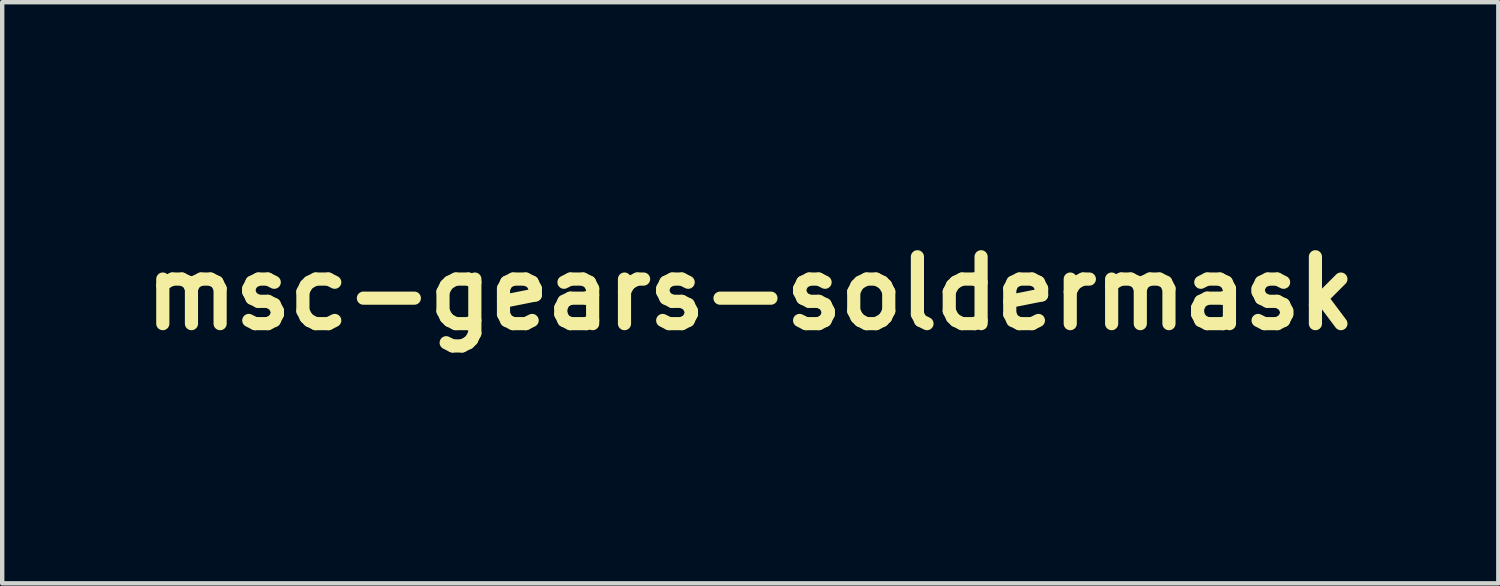
<source format=kicad_pcb>
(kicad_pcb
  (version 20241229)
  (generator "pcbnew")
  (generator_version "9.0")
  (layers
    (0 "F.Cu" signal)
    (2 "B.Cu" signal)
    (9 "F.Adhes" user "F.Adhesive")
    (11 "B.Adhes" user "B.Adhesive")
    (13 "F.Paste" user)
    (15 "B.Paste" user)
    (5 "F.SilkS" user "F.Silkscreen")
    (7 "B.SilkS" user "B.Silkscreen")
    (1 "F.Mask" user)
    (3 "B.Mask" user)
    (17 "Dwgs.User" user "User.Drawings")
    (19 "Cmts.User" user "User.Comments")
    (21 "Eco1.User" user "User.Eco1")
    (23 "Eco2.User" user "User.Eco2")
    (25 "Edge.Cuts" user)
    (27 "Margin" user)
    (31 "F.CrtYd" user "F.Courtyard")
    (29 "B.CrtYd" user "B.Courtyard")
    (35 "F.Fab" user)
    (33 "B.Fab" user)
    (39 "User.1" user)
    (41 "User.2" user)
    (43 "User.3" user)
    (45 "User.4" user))
  (footprint "msc-gears-soldermask"
    (layer "F.Cu")
    (at 14.05 3.637)
    (property "Reference" "msc-gears-soldermask" (at 0 0 0) (layer "F.SilkS") (effects (font (size 1.524 1.524) (thickness 0.3))))
    (attr board_only exclude_from_pos_files exclude_from_bom)
    (fp_poly (pts (xy 2.101 -3.538) (xy 2.147 -3.485) (xy 2.182 -3.456) (xy 2.221 -3.443) (xy 2.277 -3.44) (xy 2.306 -3.44) (xy 2.377 -3.442) (xy 2.424 -3.452) (xy 2.463 -3.476) (xy 2.505 -3.515) (xy 2.582 -3.59) (xy 2.731 -3.513) (xy 2.802 -3.473) (xy 2.86 -3.436) (xy 2.894 -3.409) (xy 2.898 -3.403) (xy 2.905 -3.365) (xy 2.905 -3.305) (xy 2.901 -3.262) (xy 2.894 -3.197) (xy 2.899 -3.154) (xy 2.92 -3.118) (xy 2.945 -3.087) (xy 2.985 -3.047) (xy 3.024 -3.027) (xy 3.079 -3.02) (xy 3.109 -3.02) (xy 3.173 -3.016) (xy 3.22 -3.002) (xy 3.255 -2.969) (xy 3.286 -2.912) (xy 3.317 -2.824) (xy 3.326 -2.795) (xy 3.375 -2.641) (xy 3.303 -2.588) (xy 3.238 -2.536) (xy 3.201 -2.491) (xy 3.184 -2.44) (xy 3.18 -2.37) (xy 3.18 -2.364) (xy 3.184 -2.294) (xy 3.2 -2.243) (xy 3.236 -2.191) (xy 3.25 -2.175) (xy 3.289 -2.125) (xy 3.315 -2.087) (xy 3.32 -2.073) (xy 3.311 -2.047) (xy 3.287 -1.997) (xy 3.253 -1.933) (xy 3.249 -1.927) (xy 3.178 -1.801) (xy 3.064 -1.813) (xy 2.997 -1.818) (xy 2.952 -1.813) (xy 2.912 -1.791) (xy 2.86 -1.75) (xy 2.809 -1.705) (xy 2.781 -1.667) (xy 2.767 -1.62) (xy 2.76 -1.554) (xy 2.75 -1.433) (xy 2.6 -1.387) (xy 2.529 -1.365) (xy 2.476 -1.349) (xy 2.45 -1.341) (xy 2.449 -1.34) (xy 2.437 -1.354) (xy 2.407 -1.39) (xy 2.389 -1.413) (xy 2.351 -1.461) (xy 2.324 -1.496) (xy 2.318 -1.505) (xy 2.292 -1.516) (xy 2.239 -1.527) (xy 2.178 -1.534) (xy 2.107 -1.538) (xy 2.063 -1.535) (xy 2.03 -1.518) (xy 1.994 -1.485) (xy 1.981 -1.472) (xy 1.936 -1.43) (xy 1.898 -1.404) (xy 1.885 -1.4) (xy 1.846 -1.41) (xy 1.785 -1.437) (xy 1.715 -1.475) (xy 1.648 -1.517) (xy 1.623 -1.535) (xy 1.585 -1.565) (xy 1.567 -1.592) (xy 1.562 -1.629) (xy 1.567 -1.691) (xy 1.569 -1.703) (xy 1.575 -1.771) (xy 1.57 -1.817) (xy 1.552 -1.855) (xy 1.526 -1.89) (xy 1.491 -1.93) (xy 1.457 -1.951) (xy 1.411 -1.959) (xy 1.355 -1.96) (xy 1.295 -1.962) (xy 1.251 -1.973) (xy 1.219 -1.999) (xy 1.191 -2.046) (xy 1.162 -2.121) (xy 1.139 -2.189) (xy 1.094 -2.328) (xy 1.172 -2.394) (xy 1.219 -2.431) (xy 1.253 -2.455) (xy 1.262 -2.46) (xy 1.264 -2.464) (xy 1.678 -2.464) (xy 1.683 -2.368) (xy 1.698 -2.284) (xy 1.71 -2.247) (xy 1.776 -2.138) (xy 1.871 -2.046) (xy 1.987 -1.978) (xy 2.04 -1.959) (xy 2.122 -1.945) (xy 2.224 -1.943) (xy 2.327 -1.953) (xy 2.405 -1.972) (xy 2.515 -2.027) (xy 2.617 -2.112) (xy 2.701 -2.218) (xy 2.733 -2.274) (xy 2.776 -2.401) (xy 2.788 -2.534) (xy 2.772 -2.665) (xy 2.727 -2.785) (xy 2.656 -2.883) (xy 2.646 -2.893) (xy 2.532 -2.974) (xy 2.401 -3.023) (xy 2.263 -3.04) (xy 2.123 -3.025) (xy 1.99 -2.977) (xy 1.872 -2.898) (xy 1.771 -2.785) (xy 1.707 -2.656) (xy 1.679 -2.51) (xy 1.678 -2.464) (xy 1.264 -2.464) (xy 1.27 -2.478) (xy 1.28 -2.525) (xy 1.287 -2.582) (xy 1.293 -2.649) (xy 1.289 -2.694) (xy 1.271 -2.733) (xy 1.234 -2.782) (xy 1.218 -2.8) (xy 1.137 -2.896) (xy 1.214 -3.038) (xy 1.251 -3.107) (xy 1.281 -3.149) (xy 1.313 -3.169) (xy 1.357 -3.17) (xy 1.425 -3.159) (xy 1.471 -3.149) (xy 1.515 -3.159) (xy 1.579 -3.201) (xy 1.616 -3.232) (xy 1.671 -3.282) (xy 1.702 -3.319) (xy 1.716 -3.355) (xy 1.72 -3.405) (xy 1.72 -3.43) (xy 1.72 -3.536) (xy 1.869 -3.587) (xy 2.019 -3.637)) (stroke (width 0) (type solid)) (fill yes) (layer "F.Mask"))
    (fp_poly (pts (xy 1.017 0.468) (xy 1.044 0.487) (xy 1.079 0.53) (xy 1.119 0.589) (xy 1.169 0.658) (xy 1.214 0.708) (xy 1.247 0.73) (xy 1.248 0.73) (xy 1.289 0.738) (xy 1.355 0.75) (xy 1.416 0.761) (xy 1.542 0.782) (xy 1.791 0.584) (xy 1.974 0.697) (xy 2.069 0.757) (xy 2.132 0.807) (xy 2.169 0.854) (xy 2.184 0.906) (xy 2.181 0.97) (xy 2.165 1.048) (xy 2.135 1.183) (xy 2.209 1.29) (xy 2.253 1.35) (xy 2.288 1.384) (xy 2.326 1.401) (xy 2.377 1.41) (xy 2.466 1.421) (xy 2.53 1.43) (xy 2.574 1.446) (xy 2.605 1.472) (xy 2.627 1.515) (xy 2.647 1.581) (xy 2.669 1.677) (xy 2.685 1.744) (xy 2.735 1.958) (xy 2.47 2.13) (xy 2.444 2.277) (xy 2.418 2.425) (xy 2.498 2.52) (xy 2.551 2.586) (xy 2.582 2.641) (xy 2.59 2.691) (xy 2.576 2.748) (xy 2.539 2.821) (xy 2.491 2.898) (xy 2.379 3.076) (xy 2.264 3.049) (xy 2.172 3.029) (xy 2.103 3.025) (xy 2.044 3.039) (xy 1.981 3.074) (xy 1.917 3.119) (xy 1.785 3.217) (xy 1.771 3.369) (xy 1.763 3.446) (xy 1.754 3.492) (xy 1.74 3.517) (xy 1.718 3.528) (xy 1.703 3.532) (xy 1.655 3.543) (xy 1.585 3.56) (xy 1.53 3.572) (xy 1.46 3.589) (xy 1.402 3.603) (xy 1.374 3.609) (xy 1.347 3.603) (xy 1.314 3.57) (xy 1.268 3.508) (xy 1.251 3.482) (xy 1.165 3.348) (xy 1.001 3.323) (xy 0.927 3.312) (xy 0.873 3.308) (xy 0.829 3.314) (xy 0.786 3.333) (xy 0.732 3.37) (xy 0.659 3.426) (xy 0.637 3.443) (xy 0.613 3.461) (xy 0.59 3.471) (xy 0.564 3.468) (xy 0.526 3.452) (xy 0.471 3.42) (xy 0.391 3.37) (xy 0.354 3.346) (xy 0.27 3.288) (xy 0.218 3.236) (xy 0.194 3.181) (xy 0.192 3.113) (xy 0.208 3.022) (xy 0.238 2.89) (xy 0.165 2.785) (xy 0.127 2.732) (xy 0.093 2.697) (xy 0.054 2.676) (xy -0.003 2.662) (xy -0.086 2.652) (xy -0.106 2.649) (xy -0.174 2.64) (xy -0.212 2.626) (xy -0.234 2.603) (xy -0.243 2.583) (xy -0.256 2.544) (xy -0.273 2.481) (xy -0.293 2.404) (xy -0.314 2.32) (xy -0.332 2.24) (xy -0.347 2.172) (xy -0.355 2.127) (xy -0.356 2.117) (xy 0.352 2.117) (xy 0.38 2.281) (xy 0.445 2.431) (xy 0.549 2.568) (xy 0.559 2.579) (xy 0.696 2.693) (xy 0.852 2.774) (xy 1.021 2.822) (xy 1.195 2.835) (xy 1.369 2.81) (xy 1.369 2.809) (xy 1.536 2.747) (xy 1.682 2.657) (xy 1.805 2.542) (xy 1.902 2.407) (xy 1.971 2.259) (xy 2.009 2.1) (xy 2.014 1.936) (xy 1.983 1.772) (xy 1.948 1.68) (xy 1.873 1.556) (xy 1.767 1.442) (xy 1.637 1.344) (xy 1.545 1.294) (xy 1.48 1.265) (xy 1.427 1.246) (xy 1.371 1.236) (xy 1.302 1.231) (xy 1.205 1.23) (xy 1.2 1.23) (xy 1.102 1.231) (xy 1.032 1.235) (xy 0.976 1.245) (xy 0.922 1.264) (xy 0.858 1.292) (xy 0.855 1.294) (xy 0.694 1.391) (xy 0.56 1.515) (xy 0.457 1.662) (xy 0.387 1.828) (xy 0.361 1.941) (xy 0.352 2.117) (xy -0.356 2.117) (xy -0.356 2.111) (xy -0.256 2.049) (xy -0.185 2.002) (xy -0.137 1.964) (xy -0.106 1.928) (xy -0.089 1.889) (xy -0.078 1.839) (xy -0.07 1.772) (xy -0.068 1.755) (xy -0.062 1.688) (xy -0.067 1.643) (xy -0.088 1.602) (xy -0.115 1.566) (xy -0.159 1.506) (xy -0.197 1.446) (xy -0.206 1.429) (xy -0.219 1.4) (xy -0.223 1.375) (xy -0.216 1.345) (xy -0.194 1.301) (xy -0.156 1.237) (xy -0.126 1.189) (xy -0.08 1.115) (xy -0.042 1.054) (xy -0.017 1.015) (xy -0.009 1.003) (xy 0.012 1.004) (xy 0.062 1.012) (xy 0.131 1.026) (xy 0.149 1.03) (xy 0.301 1.064) (xy 0.405 0.991) (xy 0.467 0.949) (xy 0.519 0.911) (xy 0.545 0.892) (xy 0.57 0.854) (xy 0.589 0.782) (xy 0.599 0.72) (xy 0.61 0.647) (xy 0.622 0.59) (xy 0.633 0.561) (xy 0.633 0.56) (xy 0.66 0.549) (xy 0.715 0.533) (xy 0.787 0.515) (xy 0.8 0.512) (xy 0.878 0.495) (xy 0.946 0.479) (xy 0.989 0.469) (xy 0.992 0.468)) (stroke (width 0) (type solid)) (fill yes) (layer "F.Mask"))
    (fp_poly (pts (xy -1.116 -3.447) (xy -1.084 -3.371) (xy -1.055 -3.298) (xy -1.041 -3.257) (xy -1.027 -3.218) (xy -1.008 -3.194) (xy -0.973 -3.179) (xy -0.914 -3.166) (xy -0.884 -3.161) (xy -0.811 -3.148) (xy -0.751 -3.136) (xy -0.718 -3.129) (xy -0.69 -3.139) (xy -0.643 -3.181) (xy -0.579 -3.257) (xy -0.562 -3.278) (xy -0.437 -3.437) (xy -0.363 -3.406) (xy -0.231 -3.347) (xy -0.135 -3.293) (xy -0.069 -3.243) (xy -0.031 -3.195) (xy -0.014 -3.158) (xy -0.005 -3.124) (xy -0.006 -3.081) (xy -0.015 -3.018) (xy -0.024 -2.964) (xy -0.054 -2.802) (xy 0.13 -2.646) (xy 0.3 -2.712) (xy 0.378 -2.741) (xy 0.442 -2.764) (xy 0.483 -2.777) (xy 0.491 -2.779) (xy 0.511 -2.764) (xy 0.547 -2.723) (xy 0.595 -2.662) (xy 0.647 -2.59) (xy 0.7 -2.514) (xy 0.748 -2.441) (xy 0.775 -2.397) (xy 0.817 -2.323) (xy 0.687 -2.172) (xy 0.557 -2.02) (xy 0.59 -1.921) (xy 0.604 -1.879) (xy 0.618 -1.849) (xy 0.64 -1.829) (xy 0.676 -1.814) (xy 0.733 -1.801) (xy 0.82 -1.786) (xy 0.866 -1.778) (xy 0.939 -1.765) (xy 0.983 -1.75) (xy 1.011 -1.728) (xy 1.034 -1.692) (xy 1.039 -1.683) (xy 1.06 -1.62) (xy 1.079 -1.528) (xy 1.093 -1.416) (xy 1.093 -1.416) (xy 1.111 -1.222) (xy 0.921 -1.154) (xy 0.73 -1.086) (xy 0.716 -0.998) (xy 0.705 -0.93) (xy 0.694 -0.869) (xy 0.692 -0.856) (xy 0.69 -0.825) (xy 0.704 -0.795) (xy 0.738 -0.759) (xy 0.799 -0.708) (xy 0.8 -0.707) (xy 0.863 -0.65) (xy 0.916 -0.591) (xy 0.949 -0.542) (xy 0.95 -0.54) (xy 0.964 -0.506) (xy 0.969 -0.477) (xy 0.964 -0.443) (xy 0.946 -0.395) (xy 0.913 -0.323) (xy 0.9 -0.295) (xy 0.864 -0.22) (xy 0.832 -0.162) (xy 0.811 -0.127) (xy 0.804 -0.121) (xy 0.779 -0.125) (xy 0.725 -0.135) (xy 0.65 -0.149) (xy 0.606 -0.158) (xy 0.423 -0.193) (xy 0.311 -0.058) (xy 0.261 0.005) (xy 0.223 0.056) (xy 0.202 0.089) (xy 0.2 0.095) (xy 0.207 0.121) (xy 0.225 0.174) (xy 0.252 0.246) (xy 0.268 0.286) (xy 0.336 0.46) (xy 0.197 0.561) (xy 0.13 0.608) (xy 0.074 0.646) (xy 0.038 0.669) (xy 0.031 0.672) (xy 0.006 0.664) (xy -0.041 0.635) (xy -0.102 0.589) (xy -0.14 0.557) (xy -0.286 0.432) (xy -0.458 0.492) (xy -0.63 0.553) (xy -0.663 0.748) (xy -0.677 0.831) (xy -0.69 0.898) (xy -0.699 0.939) (xy -0.703 0.949) (xy -0.724 0.953) (xy -0.777 0.959) (xy -0.852 0.966) (xy -0.903 0.97) (xy -1.097 0.985) (xy -1.136 0.907) (xy -1.165 0.841) (xy -1.196 0.761) (xy -1.209 0.724) (xy -1.227 0.67) (xy -1.245 0.635) (xy -1.27 0.613) (xy -1.312 0.597) (xy -1.379 0.583) (xy -1.435 0.572) (xy -1.58 0.545) (xy -1.702 0.697) (xy -1.755 0.762) (xy -1.799 0.814) (xy -1.829 0.844) (xy -1.837 0.85) (xy -1.86 0.842) (xy -1.91 0.822) (xy -1.98 0.792) (xy -2.022 0.773) (xy -2.11 0.732) (xy -2.169 0.697) (xy -2.207 0.664) (xy -2.235 0.625) (xy -2.236 0.623) (xy -2.258 0.579) (xy -2.267 0.542) (xy -2.263 0.497) (xy -2.249 0.43) (xy -2.234 0.358) (xy -2.223 0.296) (xy -2.22 0.265) (xy -2.235 0.223) (xy -2.274 0.173) (xy -2.324 0.126) (xy -2.375 0.093) (xy -2.385 0.089) (xy -2.419 0.091) (xy -2.479 0.105) (xy -2.555 0.128) (xy -2.59 0.141) (xy -2.678 0.172) (xy -2.736 0.188) (xy -2.772 0.189) (xy -2.787 0.183) (xy -2.818 0.149) (xy -2.859 0.094) (xy -2.907 0.024) (xy -2.957 -0.052) (xy -3.002 -0.126) (xy -3.039 -0.192) (xy -3.063 -0.241) (xy -3.068 -0.264) (xy -3.048 -0.29) (xy -3.009 -0.337) (xy -2.957 -0.398) (xy -2.934 -0.424) (xy -2.816 -0.558) (xy -2.852 -0.654) (xy -2.872 -0.71) (xy -2.887 -0.747) (xy -2.891 -0.756) (xy -2.911 -0.761) (xy -2.961 -0.771) (xy -3.032 -0.783) (xy -3.066 -0.789) (xy -3.147 -0.803) (xy -3.212 -0.816) (xy -3.253 -0.827) (xy -3.259 -0.83) (xy -3.295 -0.871) (xy -3.324 -0.944) (xy -3.345 -1.04) (xy -3.349 -1.07) (xy -3.358 -1.152) (xy -3.367 -1.233) (xy -3.372 -1.272) (xy -3.379 -1.333) (xy -2.411 -1.333) (xy -2.411 -1.13) (xy -2.376 -0.929) (xy -2.304 -0.735) (xy -2.299 -0.724) (xy -2.206 -0.577) (xy -2.08 -0.439) (xy -1.929 -0.315) (xy -1.759 -0.211) (xy -1.578 -0.131) (xy -1.392 -0.08) (xy -1.39 -0.08) (xy -1.291 -0.07) (xy -1.17 -0.069) (xy -1.041 -0.076) (xy -0.92 -0.09) (xy -0.822 -0.111) (xy -0.82 -0.112) (xy -0.608 -0.195) (xy -0.418 -0.309) (xy -0.253 -0.45) (xy -0.114 -0.616) (xy -0.005 -0.802) (xy 0.071 -1.004) (xy 0.113 -1.221) (xy 0.12 -1.354) (xy 0.106 -1.559) (xy 0.063 -1.74) (xy -0.011 -1.905) (xy -0.12 -2.06) (xy -0.162 -2.107) (xy -0.328 -2.261) (xy -0.514 -2.381) (xy -0.715 -2.466) (xy -0.926 -2.516) (xy -1.144 -2.53) (xy -1.364 -2.507) (xy -1.582 -2.445) (xy -1.594 -2.441) (xy -1.786 -2.347) (xy -1.956 -2.224) (xy -2.102 -2.076) (xy -2.223 -1.909) (xy -2.316 -1.727) (xy -2.379 -1.533) (xy -2.411 -1.333) (xy -3.379 -1.333) (xy -3.382 -1.355) (xy -3.192 -1.42) (xy -3.002 -1.486) (xy -2.981 -1.584) (xy -2.964 -1.674) (xy -2.961 -1.738) (xy -2.976 -1.785) (xy -3.012 -1.828) (xy -3.066 -1.873) (xy -3.128 -1.928) (xy -3.181 -1.986) (xy -3.209 -2.026) (xy -3.248 -2.097) (xy -3.171 -2.269) (xy -3.136 -2.345) (xy -3.107 -2.405) (xy -3.087 -2.442) (xy -3.082 -2.449) (xy -3.058 -2.448) (xy -3.005 -2.441) (xy -2.93 -2.429) (xy -2.88 -2.42) (xy -2.798 -2.405) (xy -2.731 -2.397) (xy -2.689 -2.395) (xy -2.679 -2.397) (xy -2.661 -2.417) (xy -2.625 -2.46) (xy -2.577 -2.517) (xy -2.561 -2.536) (xy -2.455 -2.661) (xy -2.598 -3.03) (xy -2.544 -3.075) (xy -2.498 -3.111) (xy -2.434 -3.158) (xy -2.385 -3.192) (xy -2.28 -3.265) (xy -2.195 -3.194) (xy -2.131 -3.14) (xy -2.065 -3.085) (xy -2.04 -3.064) (xy -1.97 -3.005) (xy -1.63 -3.134) (xy -1.6 -3.326) (xy -1.586 -3.409) (xy -1.573 -3.475) (xy -1.564 -3.517) (xy -1.56 -3.526) (xy -1.537 -3.531) (xy -1.483 -3.538) (xy -1.408 -3.545) (xy -1.358 -3.549) (xy -1.167 -3.563)) (stroke (width 0) (type solid)) (fill yes) (layer "F.Mask")))
  (gr_rect
    (start -3 -3)
    (end 31.1 10.246)
    (stroke (width 0.1) (type default))
    (fill no)
    (layer "Edge.Cuts")))
</source>
